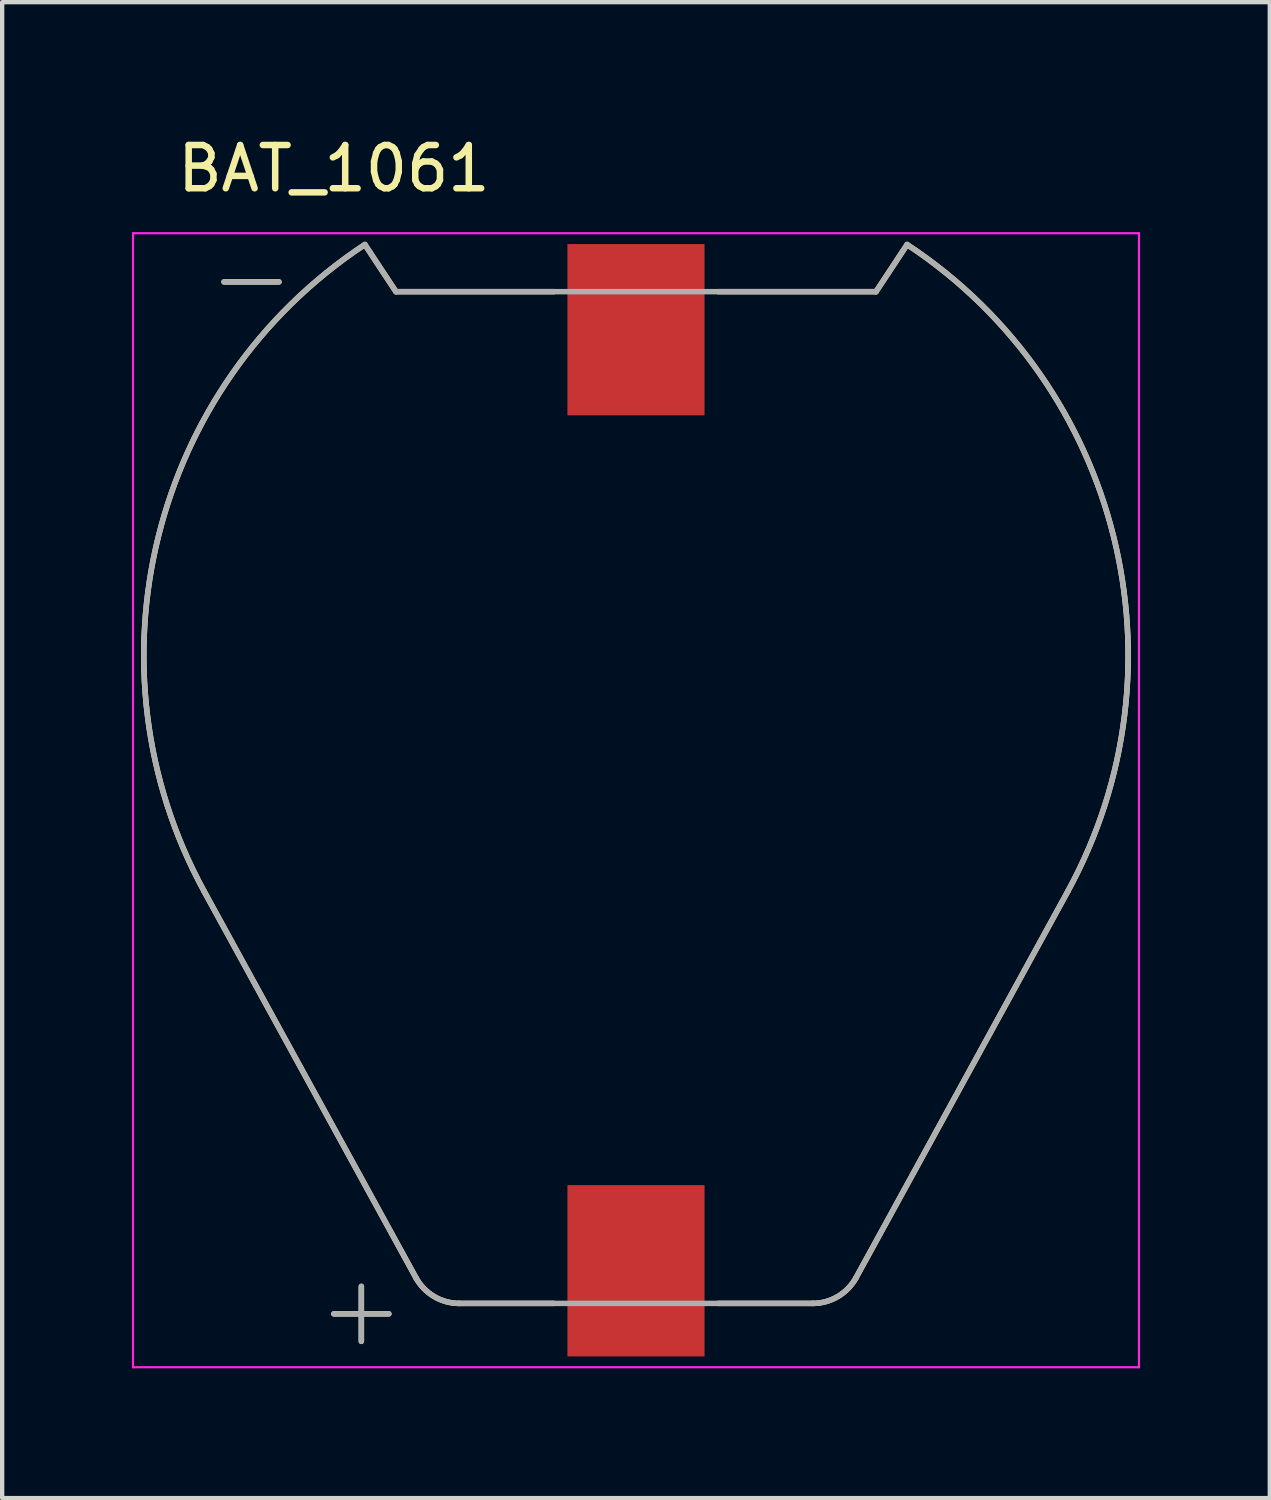
<source format=kicad_pcb>
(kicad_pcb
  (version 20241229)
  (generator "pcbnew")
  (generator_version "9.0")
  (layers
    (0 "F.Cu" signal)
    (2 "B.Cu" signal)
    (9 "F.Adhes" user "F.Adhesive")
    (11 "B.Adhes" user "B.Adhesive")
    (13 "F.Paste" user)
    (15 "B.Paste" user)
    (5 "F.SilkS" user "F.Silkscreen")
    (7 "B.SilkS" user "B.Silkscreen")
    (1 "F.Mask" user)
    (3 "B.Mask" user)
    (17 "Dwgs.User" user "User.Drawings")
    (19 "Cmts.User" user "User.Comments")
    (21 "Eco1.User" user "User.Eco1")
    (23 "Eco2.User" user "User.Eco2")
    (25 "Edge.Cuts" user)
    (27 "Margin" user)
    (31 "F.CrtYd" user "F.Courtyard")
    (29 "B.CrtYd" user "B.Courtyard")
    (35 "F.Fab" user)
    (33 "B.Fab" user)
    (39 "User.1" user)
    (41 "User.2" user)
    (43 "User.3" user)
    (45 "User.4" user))
  (footprint "BAT_1061"
    (layer "F.Cu")
    (at 11.655 15.453)
    (property "Reference" "BAT_1061" (at -6.985 -14.605 0) (layer "F.SilkS") (effects (font (size 1 1) (thickness 0.15))))
    (attr smd)
    (fp_line (start -9.525 -11.985) (end -8.255 -11.985) (stroke (width 0.127) (type solid)) (layer "F.SilkS"))
    (fp_line (start -6.985 11.876) (end -5.715 11.876) (stroke (width 0.127) (type solid)) (layer "F.SilkS"))
    (fp_line (start -6.35 11.241) (end -6.35 12.511) (stroke (width 0.127) (type solid)) (layer "F.SilkS"))
    (fp_line (start -6.269 -12.848) (end -5.55 -11.759) (stroke (width 0.127) (type solid)) (layer "F.SilkS"))
    (fp_line (start -5.55 -11.759) (end -1.9 -11.759) (stroke (width 0.127) (type solid)) (layer "F.SilkS"))
    (fp_line (start -5.088 11.041) (end -9.979 2.118) (stroke (width 0.127) (type solid)) (layer "F.SilkS"))
    (fp_line (start -1.9 11.634) (end -4.086 11.634) (stroke (width 0.127) (type solid)) (layer "F.SilkS"))
    (fp_line (start 1.9 -11.759) (end 5.55 -11.759) (stroke (width 0.127) (type solid)) (layer "F.SilkS"))
    (fp_line (start 4.086 11.634) (end 1.9 11.634) (stroke (width 0.127) (type solid)) (layer "F.SilkS"))
    (fp_line (start 5.55 -11.759) (end 6.269 -12.848) (stroke (width 0.127) (type solid)) (layer "F.SilkS"))
    (fp_line (start 9.979 2.118) (end 5.088 11.041) (stroke (width 0.127) (type solid)) (layer "F.SilkS"))
    (fp_arc (start -9.97862 2.11751) (mid -11.044954 -6.089577) (end -6.26894 -12.848501) (stroke (width 0.127) (type solid)) (layer "F.SilkS"))
    (fp_arc (start -4.08555 11.6342) (mid -4.668007 11.474673) (end -5.08787 11.0406) (stroke (width 0.127) (type solid)) (layer "F.SilkS"))
    (fp_arc (start 5.08787 11.0406) (mid 4.668007 11.474673) (end 4.08555 11.634201) (stroke (width 0.127) (type solid)) (layer "F.SilkS"))
    (fp_arc (start 6.26894 -12.8485) (mid 11.044953 -6.089577) (end 9.978619 2.11751) (stroke (width 0.127) (type solid)) (layer "F.SilkS"))
    (fp_line (start -11.63 -13.11) (end 11.63 -13.11) (stroke (width 0.05) (type solid)) (layer "F.CrtYd"))
    (fp_line (start -11.63 13.11) (end -11.63 -13.11) (stroke (width 0.05) (type solid)) (layer "F.CrtYd"))
    (fp_line (start 11.63 -13.11) (end 11.63 13.11) (stroke (width 0.05) (type solid)) (layer "F.CrtYd"))
    (fp_line (start 11.63 13.11) (end -11.63 13.11) (stroke (width 0.05) (type solid)) (layer "F.CrtYd"))
    (fp_line (start -9.525 -11.985) (end -8.255 -11.985) (stroke (width 0.127) (type solid)) (layer "F.Fab"))
    (fp_line (start -6.985 11.876) (end -5.715 11.876) (stroke (width 0.127) (type solid)) (layer "F.Fab"))
    (fp_line (start -6.35 11.241) (end -6.35 12.511) (stroke (width 0.127) (type solid)) (layer "F.Fab"))
    (fp_line (start -6.269 -12.848) (end -5.55 -11.759) (stroke (width 0.127) (type solid)) (layer "F.Fab"))
    (fp_line (start -5.55 -11.759) (end 5.55 -11.759) (stroke (width 0.127) (type solid)) (layer "F.Fab"))
    (fp_line (start -5.088 11.041) (end -9.979 2.118) (stroke (width 0.127) (type solid)) (layer "F.Fab"))
    (fp_line (start 4.086 11.634) (end -4.086 11.634) (stroke (width 0.127) (type solid)) (layer "F.Fab"))
    (fp_line (start 5.55 -11.759) (end 6.269 -12.848) (stroke (width 0.127) (type solid)) (layer "F.Fab"))
    (fp_line (start 9.979 2.118) (end 5.088 11.041) (stroke (width 0.127) (type solid)) (layer "F.Fab"))
    (fp_arc (start -9.97862 2.11751) (mid -11.044954 -6.089577) (end -6.26894 -12.848501) (stroke (width 0.127) (type solid)) (layer "F.Fab"))
    (fp_arc (start -4.08555 11.6342) (mid -4.668007 11.474673) (end -5.08787 11.0406) (stroke (width 0.127) (type solid)) (layer "F.Fab"))
    (fp_arc (start 5.08787 11.0406) (mid 4.668007 11.474673) (end 4.08555 11.634201) (stroke (width 0.127) (type solid)) (layer "F.Fab"))
    (fp_arc (start 6.26894 -12.8485) (mid 11.044953 -6.089577) (end 9.978619 2.11751) (stroke (width 0.127) (type solid)) (layer "F.Fab"))
    (pad "N" smd rect (at 0 -10.88) (size 3.17 3.96) (layers "F.Cu" "F.Mask" "F.Paste"))
    (pad "P" smd rect (at 0 10.88) (size 3.17 3.96) (layers "F.Cu" "F.Mask" "F.Paste")))
  (gr_rect
    (start -3 -3)
    (end 26.31 31.588)
    (stroke (width 0.1) (type default))
    (fill no)
    (layer "Edge.Cuts")))
</source>
